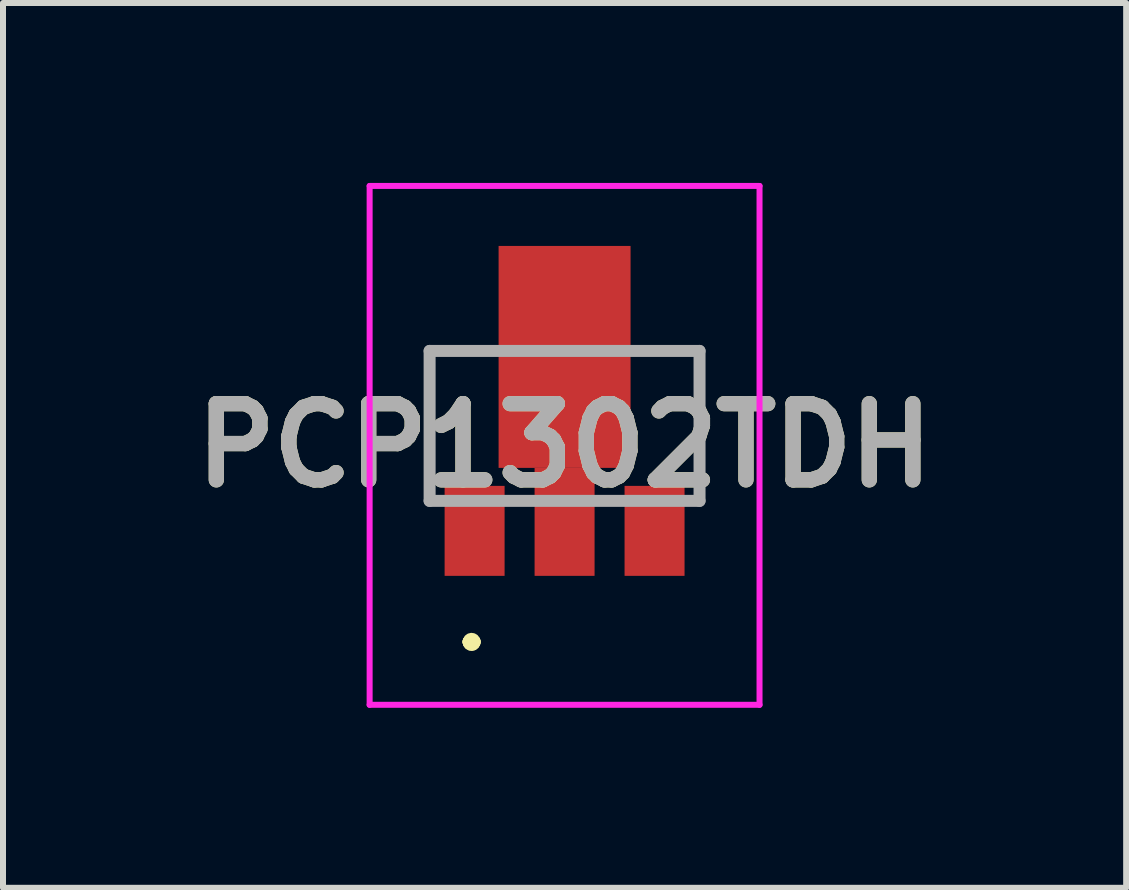
<source format=kicad_pcb>
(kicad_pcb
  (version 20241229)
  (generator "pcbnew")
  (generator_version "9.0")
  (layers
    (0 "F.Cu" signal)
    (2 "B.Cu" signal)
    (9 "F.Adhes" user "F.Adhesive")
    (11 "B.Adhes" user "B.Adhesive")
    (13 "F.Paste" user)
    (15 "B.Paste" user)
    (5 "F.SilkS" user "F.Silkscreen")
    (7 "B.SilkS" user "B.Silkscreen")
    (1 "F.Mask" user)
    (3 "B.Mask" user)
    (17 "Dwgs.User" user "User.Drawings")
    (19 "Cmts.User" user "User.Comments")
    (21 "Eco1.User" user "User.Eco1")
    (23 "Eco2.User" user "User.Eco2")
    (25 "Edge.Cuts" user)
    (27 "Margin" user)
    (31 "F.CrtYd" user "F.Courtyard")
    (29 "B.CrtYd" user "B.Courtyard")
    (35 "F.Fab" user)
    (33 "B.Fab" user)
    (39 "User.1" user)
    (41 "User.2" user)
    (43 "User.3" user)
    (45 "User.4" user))
  (footprint "PCP1302TDH"
    (layer "F.Cu")
    (at 6.362 5.65)
    (property "Reference" "PCP1302TDH" (at 0 -1.275 0) (layer "F.SilkS") (effects (font (size 1.27 1.27) (thickness 0.254))))
    (attr smd)
    (fp_line (start -2.25 -2.85) (end -2.25 -2.85) (stroke (width 0.1) (type solid)) (layer "F.SilkS"))
    (fp_line (start -2.25 -2.85) (end -2.25 -2.85) (stroke (width 0.1) (type solid)) (layer "F.SilkS"))
    (fp_line (start -2.25 -2.85) (end -2.25 -1) (stroke (width 0.1) (type solid)) (layer "F.SilkS"))
    (fp_line (start -2.25 -2.85) (end -1.5 -2.85) (stroke (width 0.1) (type solid)) (layer "F.SilkS"))
    (fp_line (start -2.25 -1) (end -2.25 -2.85) (stroke (width 0.1) (type solid)) (layer "F.SilkS"))
    (fp_line (start -2.25 -1) (end -2.25 -1) (stroke (width 0.1) (type solid)) (layer "F.SilkS"))
    (fp_line (start -1.6 2) (end -1.6 2) (stroke (width 0.2) (type solid)) (layer "F.SilkS"))
    (fp_line (start -1.6 2) (end -1.6 2) (stroke (width 0.2) (type solid)) (layer "F.SilkS"))
    (fp_line (start -1.5 -2.85) (end -2.25 -2.85) (stroke (width 0.1) (type solid)) (layer "F.SilkS"))
    (fp_line (start -1.5 -2.85) (end -1.5 -2.85) (stroke (width 0.1) (type solid)) (layer "F.SilkS"))
    (fp_line (start -1.5 2) (end -1.5 2) (stroke (width 0.2) (type solid)) (layer "F.SilkS"))
    (fp_line (start 1.5 -2.85) (end 1.5 -2.85) (stroke (width 0.1) (type solid)) (layer "F.SilkS"))
    (fp_line (start 1.5 -2.85) (end 2.25 -2.85) (stroke (width 0.1) (type solid)) (layer "F.SilkS"))
    (fp_line (start 2.25 -2.85) (end 1.5 -2.85) (stroke (width 0.1) (type solid)) (layer "F.SilkS"))
    (fp_line (start 2.25 -2.85) (end 2.25 -2.85) (stroke (width 0.1) (type solid)) (layer "F.SilkS"))
    (fp_line (start 2.25 -2.85) (end 2.25 -2.85) (stroke (width 0.1) (type solid)) (layer "F.SilkS"))
    (fp_line (start 2.25 -2.85) (end 2.25 -1) (stroke (width 0.1) (type solid)) (layer "F.SilkS"))
    (fp_line (start 2.25 -1) (end 2.25 -2.85) (stroke (width 0.1) (type solid)) (layer "F.SilkS"))
    (fp_line (start 2.25 -1) (end 2.25 -1) (stroke (width 0.1) (type solid)) (layer "F.SilkS"))
    (fp_arc (start -1.6 2) (mid -1.55 1.95) (end -1.5 2) (stroke (width 0.2) (type solid)) (layer "F.SilkS"))
    (fp_arc (start -1.5 2) (mid -1.55 2.05) (end -1.6 2) (stroke (width 0.2) (type solid)) (layer "F.SilkS"))
    (fp_arc (start -1.5 2) (mid -1.55 2.05) (end -1.6 2) (stroke (width 0.2) (type solid)) (layer "F.SilkS"))
    (fp_line (start -3.25 -5.6) (end 3.25 -5.6) (stroke (width 0.1) (type solid)) (layer "F.CrtYd"))
    (fp_line (start -3.25 3.05) (end -3.25 -5.6) (stroke (width 0.1) (type solid)) (layer "F.CrtYd"))
    (fp_line (start 3.25 -5.6) (end 3.25 3.05) (stroke (width 0.1) (type solid)) (layer "F.CrtYd"))
    (fp_line (start 3.25 3.05) (end -3.25 3.05) (stroke (width 0.1) (type solid)) (layer "F.CrtYd"))
    (fp_line (start -2.25 -2.85) (end -2.25 -0.35) (stroke (width 0.2) (type solid)) (layer "F.Fab"))
    (fp_line (start -2.25 -0.35) (end 2.25 -0.35) (stroke (width 0.2) (type solid)) (layer "F.Fab"))
    (fp_line (start 2.25 -2.85) (end -2.25 -2.85) (stroke (width 0.2) (type solid)) (layer "F.Fab"))
    (fp_line (start 2.25 -0.35) (end 2.25 -2.85) (stroke (width 0.2) (type solid)) (layer "F.Fab"))
    (fp_text user "${REFERENCE}" (at 0 -1.275 0) (layer "F.Fab") (effects (font (size 1.27 1.27) (thickness 0.254))))
    (pad "1" smd rect (at -1.5 0.15) (size 1 1.5) (layers "F.Cu" "F.Mask" "F.Paste"))
    (pad "2" smd rect (at 0 0) (size 1 1.8) (layers "F.Cu" "F.Mask" "F.Paste"))
    (pad "3" smd rect (at 1.5 0.15) (size 1 1.5) (layers "F.Cu" "F.Mask" "F.Paste"))
    (pad "A2" smd rect (at 0 -2.75) (size 2.2 3.7) (layers "F.Cu" "F.Mask" "F.Paste")))
  (gr_rect
    (start -3 -3)
    (end 15.724 11.75)
    (stroke (width 0.1) (type default))
    (fill no)
    (layer "Edge.Cuts")))
</source>
